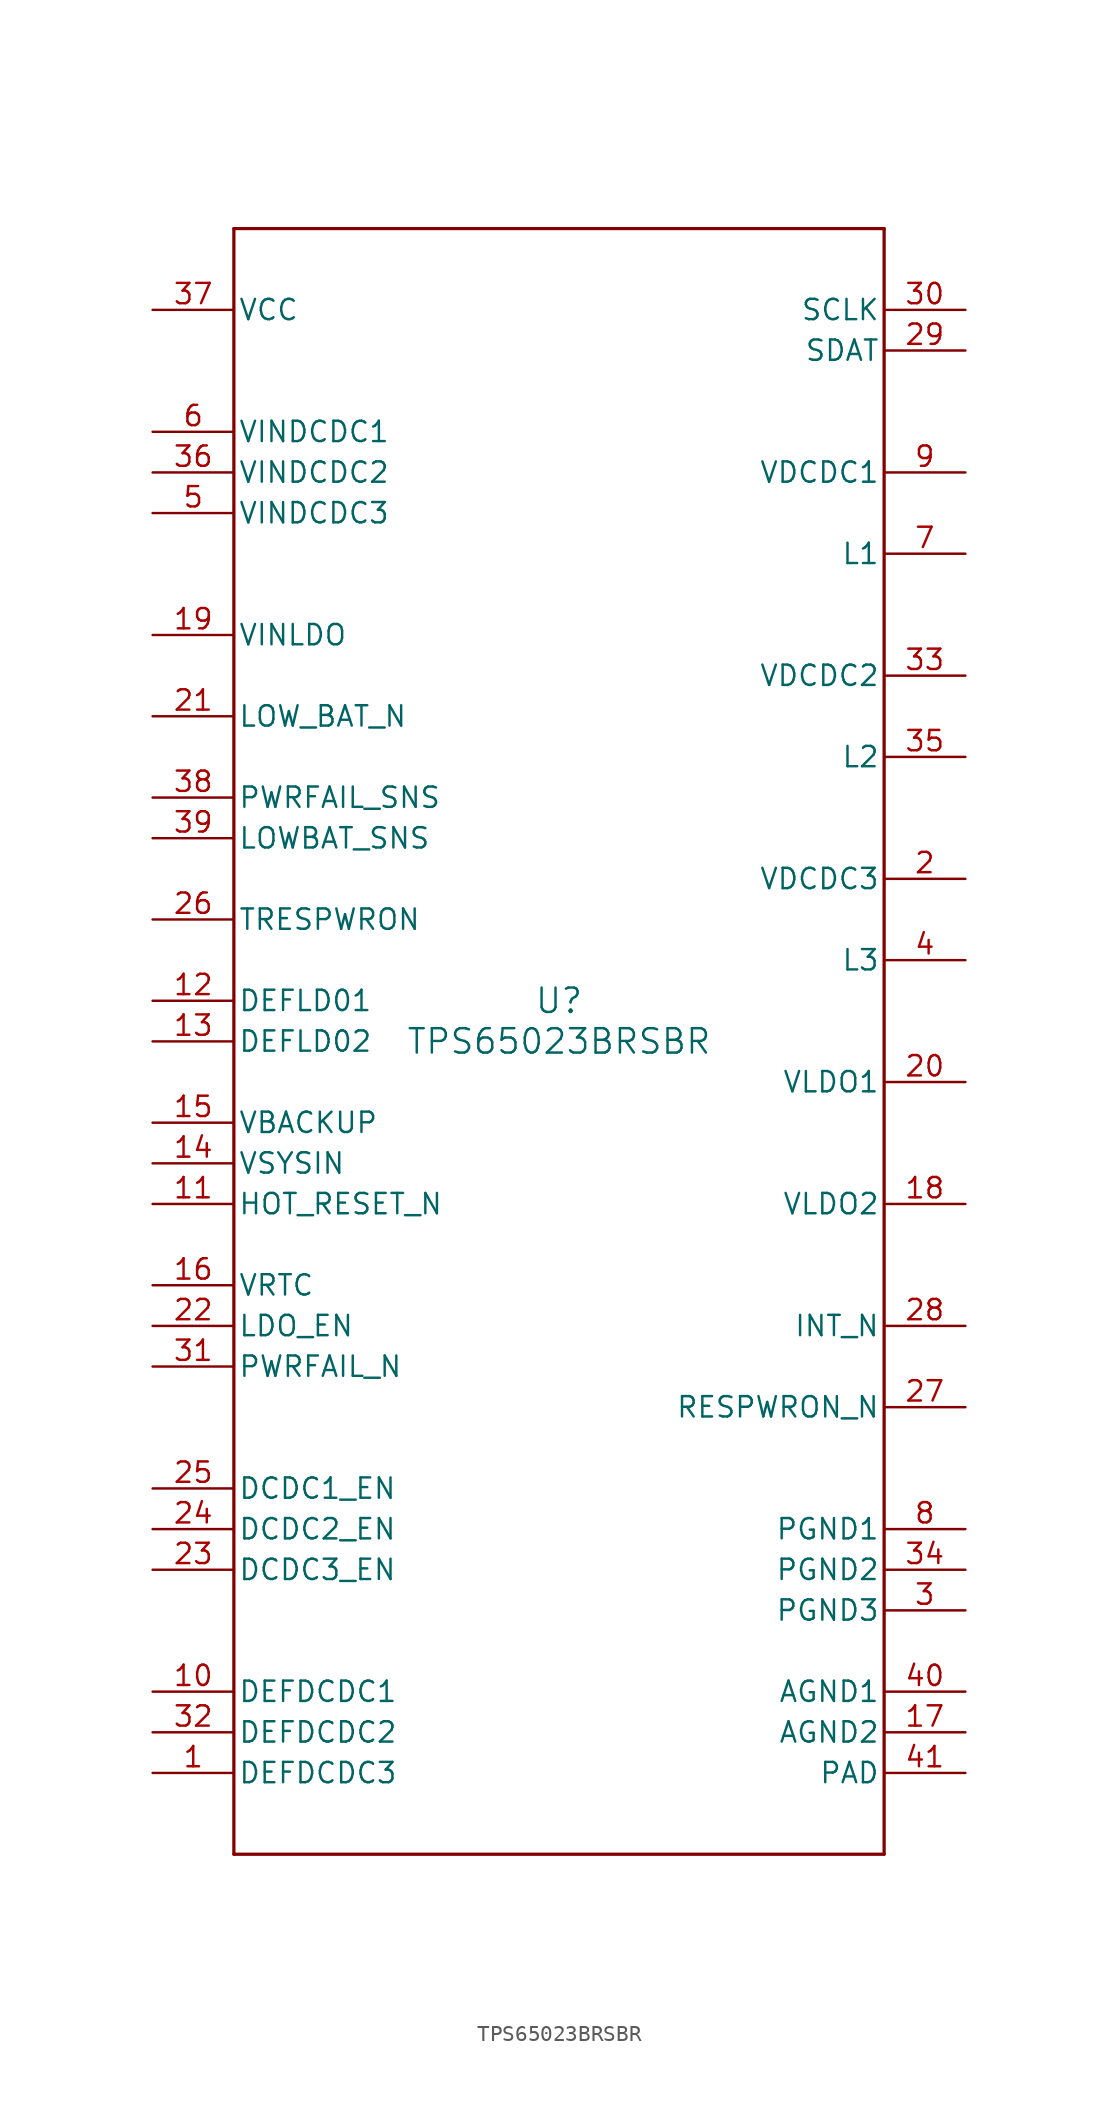
<source format=kicad_sym>
(kicad_symbol_lib
  (version 20211014)
  (generator kicad_symbol_editor)
  (symbol "TPS65023BRSBR"
    (pin_names
      (offset 0.254))
    (property "Reference" "U"
      (at 0 2.54 0)
      (effects (font (size 1.524 1.524))))
    (property "Value" "TPS65023BRSBR"
      (at 0 0 0)
      (effects (font (size 1.524 1.524))))
    (symbol "TPS65023BRSBR_0_1"
      (polyline (pts (xy -20.32 -50.8) (xy 20.32 -50.8)) (stroke (width 0.203) (type default) (color 0 0 0 0)) (fill (type none)))
      (polyline (pts (xy 20.32 -50.8) (xy 20.32 50.8)) (stroke (width 0.203) (type default) (color 0 0 0 0)) (fill (type none)))
      (polyline (pts (xy 20.32 50.8) (xy -20.32 50.8)) (stroke (width 0.203) (type default) (color 0 0 0 0)) (fill (type none)))
      (polyline (pts (xy -20.32 50.8) (xy -20.32 -50.8)) (stroke (width 0.203) (type default) (color 0 0 0 0)) (fill (type none)))
      (pin input line (at -25.4 -45.72 0) (length 5.08) (name "DEFDCDC3" (effects (font (size 1.27 1.27)))) (number "1" (effects (font (size 1.27 1.27)))))
      (pin power_in line (at 25.4 10.16 180) (length 5.08) (name "VDCDC3" (effects (font (size 1.27 1.27)))) (number "2" (effects (font (size 1.27 1.27)))))
      (pin power_in line (at 25.4 -35.56 180) (length 5.08) (name "PGND3" (effects (font (size 1.27 1.27)))) (number "3" (effects (font (size 1.27 1.27)))))
      (pin power_in line (at 25.4 5.08 180) (length 5.08) (name "L3" (effects (font (size 1.27 1.27)))) (number "4" (effects (font (size 1.27 1.27)))))
      (pin power_in line (at -25.4 33.02 0) (length 5.08) (name "VINDCDC3" (effects (font (size 1.27 1.27)))) (number "5" (effects (font (size 1.27 1.27)))))
      (pin power_in line (at -25.4 38.1 0) (length 5.08) (name "VINDCDC1" (effects (font (size 1.27 1.27)))) (number "6" (effects (font (size 1.27 1.27)))))
      (pin power_in line (at 25.4 30.48 180) (length 5.08) (name "L1" (effects (font (size 1.27 1.27)))) (number "7" (effects (font (size 1.27 1.27)))))
      (pin power_in line (at 25.4 -30.48 180) (length 5.08) (name "PGND1" (effects (font (size 1.27 1.27)))) (number "8" (effects (font (size 1.27 1.27)))))
      (pin power_in line (at 25.4 35.56 180) (length 5.08) (name "VDCDC1" (effects (font (size 1.27 1.27)))) (number "9" (effects (font (size 1.27 1.27)))))
      (pin input line (at -25.4 -40.64 0) (length 5.08) (name "DEFDCDC1" (effects (font (size 1.27 1.27)))) (number "10" (effects (font (size 1.27 1.27)))))
      (pin input line (at -25.4 -10.16 0) (length 5.08) (name "HOT_RESET_N" (effects (font (size 1.27 1.27)))) (number "11" (effects (font (size 1.27 1.27)))))
      (pin input line (at -25.4 2.54 0) (length 5.08) (name "DEFLD01" (effects (font (size 1.27 1.27)))) (number "12" (effects (font (size 1.27 1.27)))))
      (pin input line (at -25.4 0 0) (length 5.08) (name "DEFLD02" (effects (font (size 1.27 1.27)))) (number "13" (effects (font (size 1.27 1.27)))))
      (pin input line (at -25.4 -7.62 0) (length 5.08) (name "VSYSIN" (effects (font (size 1.27 1.27)))) (number "14" (effects (font (size 1.27 1.27)))))
      (pin input line (at -25.4 -5.08 0) (length 5.08) (name "VBACKUP" (effects (font (size 1.27 1.27)))) (number "15" (effects (font (size 1.27 1.27)))))
      (pin power_in line (at -25.4 -15.24 0) (length 5.08) (name "VRTC" (effects (font (size 1.27 1.27)))) (number "16" (effects (font (size 1.27 1.27)))))
      (pin power_in line (at 25.4 -43.18 180) (length 5.08) (name "AGND2" (effects (font (size 1.27 1.27)))) (number "17" (effects (font (size 1.27 1.27)))))
      (pin power_in line (at 25.4 -10.16 180) (length 5.08) (name "VLDO2" (effects (font (size 1.27 1.27)))) (number "18" (effects (font (size 1.27 1.27)))))
      (pin power_in line (at -25.4 25.4 0) (length 5.08) (name "VINLDO" (effects (font (size 1.27 1.27)))) (number "19" (effects (font (size 1.27 1.27)))))
      (pin power_in line (at 25.4 -2.54 180) (length 5.08) (name "VLDO1" (effects (font (size 1.27 1.27)))) (number "20" (effects (font (size 1.27 1.27)))))
      (pin open_collector line (at -25.4 20.32 0) (length 5.08) (name "LOW_BAT_N" (effects (font (size 1.27 1.27)))) (number "21" (effects (font (size 1.27 1.27)))))
      (pin input line (at -25.4 -17.78 0) (length 5.08) (name "LDO_EN" (effects (font (size 1.27 1.27)))) (number "22" (effects (font (size 1.27 1.27)))))
      (pin input line (at -25.4 -33.02 0) (length 5.08) (name "DCDC3_EN" (effects (font (size 1.27 1.27)))) (number "23" (effects (font (size 1.27 1.27)))))
      (pin input line (at -25.4 -30.48 0) (length 5.08) (name "DCDC2_EN" (effects (font (size 1.27 1.27)))) (number "24" (effects (font (size 1.27 1.27)))))
      (pin input line (at -25.4 -27.94 0) (length 5.08) (name "DCDC1_EN" (effects (font (size 1.27 1.27)))) (number "25" (effects (font (size 1.27 1.27)))))
      (pin input line (at -25.4 7.62 0) (length 5.08) (name "TRESPWRON" (effects (font (size 1.27 1.27)))) (number "26" (effects (font (size 1.27 1.27)))))
      (pin open_collector line (at 25.4 -22.86 180) (length 5.08) (name "RESPWRON_N" (effects (font (size 1.27 1.27)))) (number "27" (effects (font (size 1.27 1.27)))))
      (pin open_collector line (at 25.4 -17.78 180) (length 5.08) (name "INT_N" (effects (font (size 1.27 1.27)))) (number "28" (effects (font (size 1.27 1.27)))))
      (pin bidirectional line (at 25.4 43.18 180) (length 5.08) (name "SDAT" (effects (font (size 1.27 1.27)))) (number "29" (effects (font (size 1.27 1.27)))))
      (pin input line (at 25.4 45.72 180) (length 5.08) (name "SCLK" (effects (font (size 1.27 1.27)))) (number "30" (effects (font (size 1.27 1.27)))))
      (pin open_collector line (at -25.4 -20.32 0) (length 5.08) (name "PWRFAIL_N" (effects (font (size 1.27 1.27)))) (number "31" (effects (font (size 1.27 1.27)))))
      (pin input line (at -25.4 -43.18 0) (length 5.08) (name "DEFDCDC2" (effects (font (size 1.27 1.27)))) (number "32" (effects (font (size 1.27 1.27)))))
      (pin power_in line (at 25.4 22.86 180) (length 5.08) (name "VDCDC2" (effects (font (size 1.27 1.27)))) (number "33" (effects (font (size 1.27 1.27)))))
      (pin power_in line (at 25.4 -33.02 180) (length 5.08) (name "PGND2" (effects (font (size 1.27 1.27)))) (number "34" (effects (font (size 1.27 1.27)))))
      (pin power_in line (at 25.4 17.78 180) (length 5.08) (name "L2" (effects (font (size 1.27 1.27)))) (number "35" (effects (font (size 1.27 1.27)))))
      (pin power_in line (at -25.4 35.56 0) (length 5.08) (name "VINDCDC2" (effects (font (size 1.27 1.27)))) (number "36" (effects (font (size 1.27 1.27)))))
      (pin power_in line (at -25.4 45.72 0) (length 5.08) (name "VCC" (effects (font (size 1.27 1.27)))) (number "37" (effects (font (size 1.27 1.27)))))
      (pin input line (at -25.4 15.24 0) (length 5.08) (name "PWRFAIL_SNS" (effects (font (size 1.27 1.27)))) (number "38" (effects (font (size 1.27 1.27)))))
      (pin input line (at -25.4 12.7 0) (length 5.08) (name "LOWBAT_SNS" (effects (font (size 1.27 1.27)))) (number "39" (effects (font (size 1.27 1.27)))))
      (pin power_in line (at 25.4 -40.64 180) (length 5.08) (name "AGND1" (effects (font (size 1.27 1.27)))) (number "40" (effects (font (size 1.27 1.27)))))
      (pin power_in line (at 25.4 -45.72 180) (length 5.08) (name "PAD" (effects (font (size 1.27 1.27)))) (number "41" (effects (font (size 1.27 1.27))))))))
</source>
